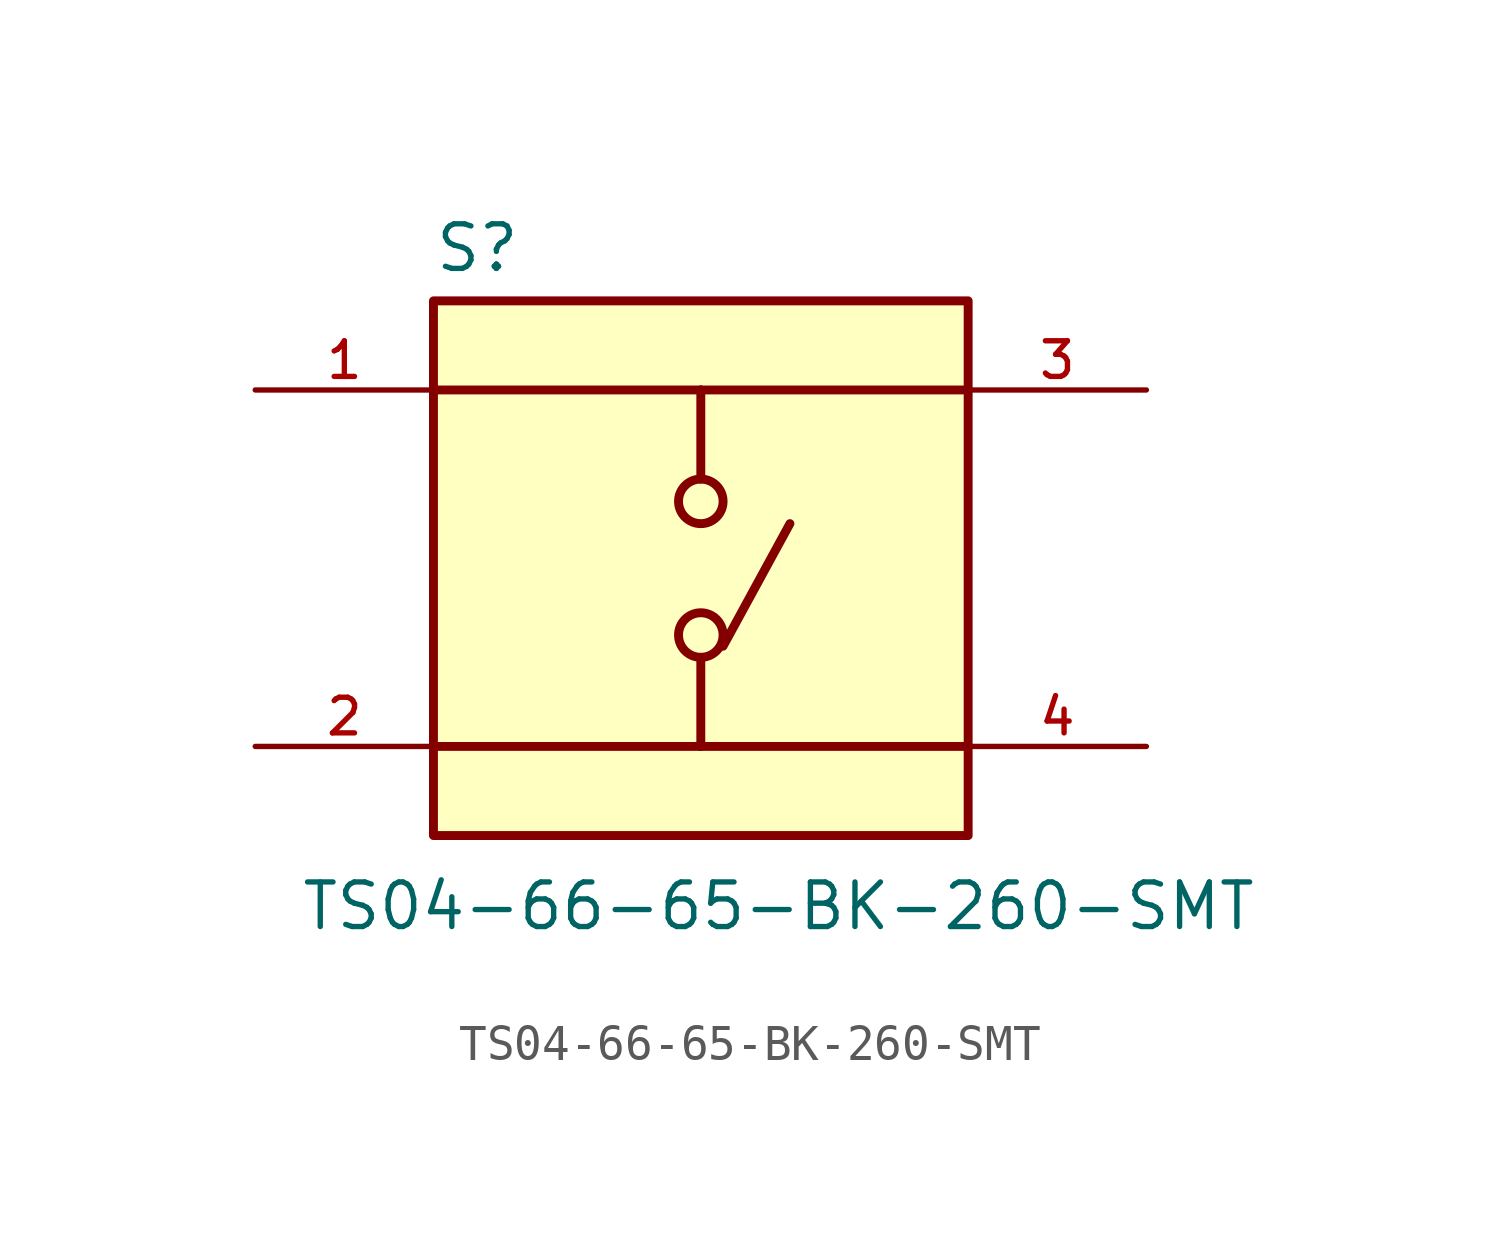
<source format=kicad_sym>
(kicad_symbol_lib
  (version 20220914)
  (generator kicad_symbol_editor)
  (symbol "TS04-66-65-BK-260-SMT"
    (pin_names
      (offset 1.016))
    (property "Reference" "S"
      (at -7.62 8.382 0)
      (effects (font (size 1.27 1.27)) (justify left bottom)))
    (property "Value" "TS04-66-65-BK-260-SMT"
      (at -11.43 -8.89 0)
      (effects (font (size 1.27 1.27)) (justify left top)))
    (symbol "TS04-66-65-BK-260-SMT_0_0"
      (rectangle (start -7.62 -7.62) (end 7.62 7.62) (stroke (width 0.254) (type default)) (fill (type background)))
      (circle (center 0 -1.905) (radius 0.635) (stroke (width 0.254) (type default)) (fill (type none)))
      (polyline (pts (xy 0 -5.08) (xy -7.62 -5.08)) (stroke (width 0.254) (type default)) (fill (type none)))
      (polyline (pts (xy 0 -5.08) (xy 7.62 -5.08)) (stroke (width 0.254) (type default)) (fill (type none)))
      (polyline (pts (xy 0 -2.54) (xy 0 -5.08)) (stroke (width 0.254) (type default)) (fill (type none)))
      (polyline (pts (xy 0 5.08) (xy -7.62 5.08)) (stroke (width 0.254) (type default)) (fill (type none)))
      (polyline (pts (xy 0 5.08) (xy 0 2.54)) (stroke (width 0.254) (type default)) (fill (type none)))
      (polyline (pts (xy 0 5.08) (xy 7.62 5.08)) (stroke (width 0.254) (type default)) (fill (type none)))
      (polyline (pts (xy 0.635 -2.223) (xy 2.54 1.27)) (stroke (width 0.254) (type default)) (fill (type none)))
      (circle (center 0 1.905) (radius 0.635) (stroke (width 0.254) (type default)) (fill (type none)))
      (pin passive line (at -12.7 5.08 0) (length 5.08) (name "~" (effects (font (size 1.016 1.016)))) (number "1" (effects (font (size 1.016 1.016)))))
      (pin passive line (at -12.7 -5.08 0) (length 5.08) (name "~" (effects (font (size 1.016 1.016)))) (number "2" (effects (font (size 1.016 1.016)))))
      (pin passive line (at 12.7 5.08 180) (length 5.08) (name "~" (effects (font (size 1.016 1.016)))) (number "3" (effects (font (size 1.016 1.016)))))
      (pin passive line (at 12.7 -5.08 180) (length 5.08) (name "~" (effects (font (size 1.016 1.016)))) (number "4" (effects (font (size 1.016 1.016))))))))
</source>
